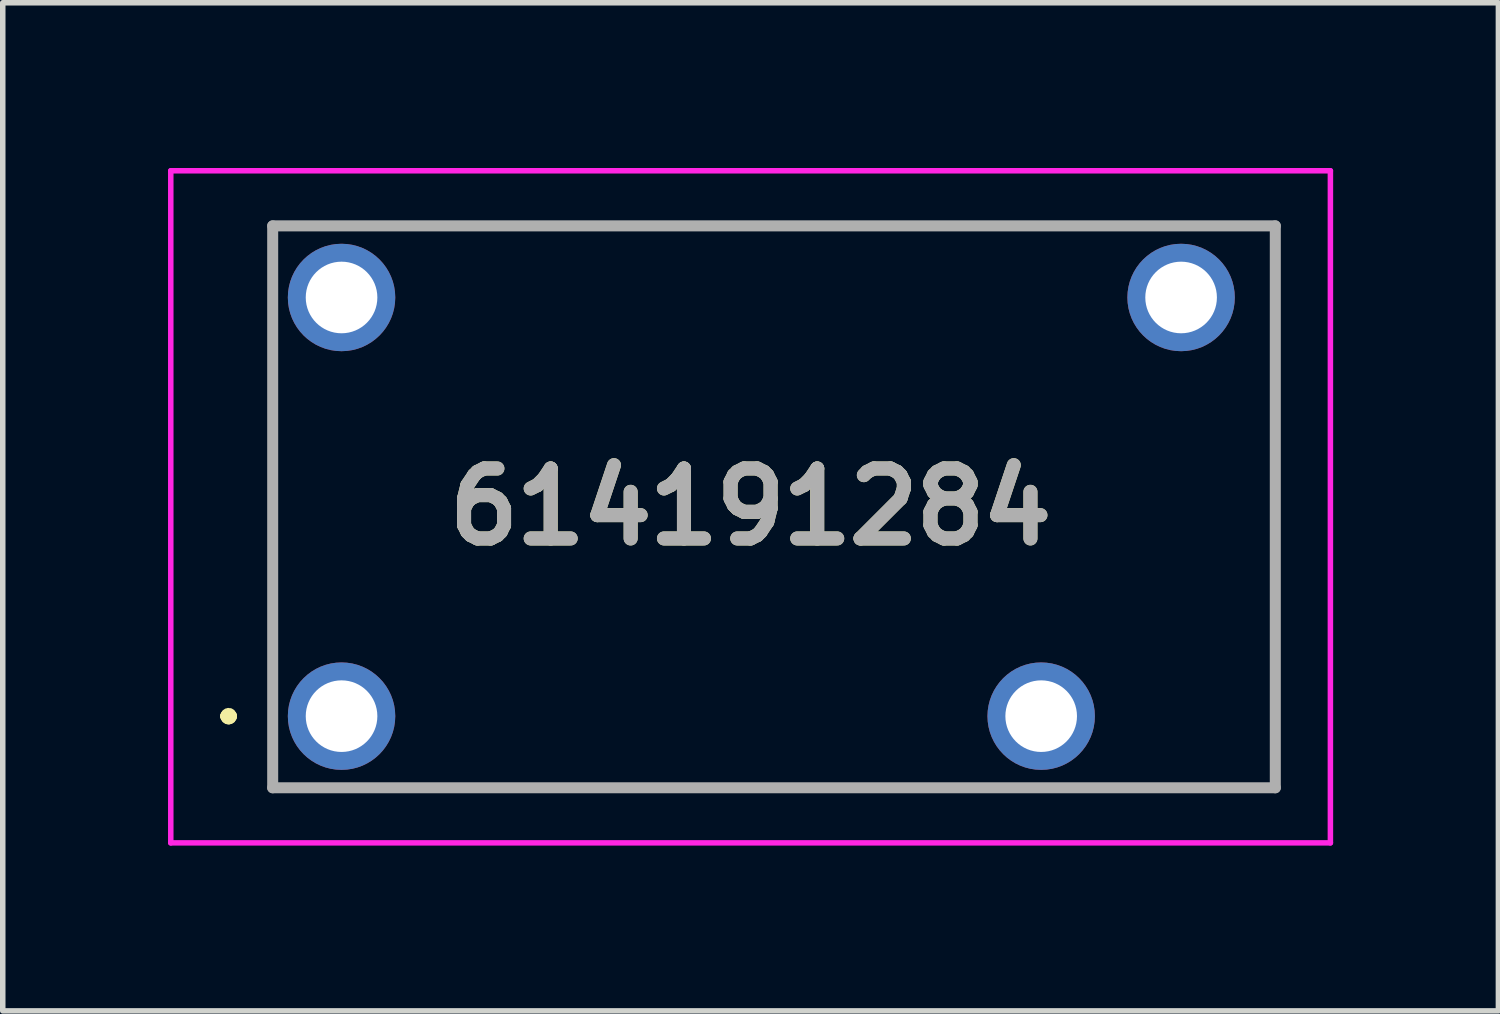
<source format=kicad_pcb>
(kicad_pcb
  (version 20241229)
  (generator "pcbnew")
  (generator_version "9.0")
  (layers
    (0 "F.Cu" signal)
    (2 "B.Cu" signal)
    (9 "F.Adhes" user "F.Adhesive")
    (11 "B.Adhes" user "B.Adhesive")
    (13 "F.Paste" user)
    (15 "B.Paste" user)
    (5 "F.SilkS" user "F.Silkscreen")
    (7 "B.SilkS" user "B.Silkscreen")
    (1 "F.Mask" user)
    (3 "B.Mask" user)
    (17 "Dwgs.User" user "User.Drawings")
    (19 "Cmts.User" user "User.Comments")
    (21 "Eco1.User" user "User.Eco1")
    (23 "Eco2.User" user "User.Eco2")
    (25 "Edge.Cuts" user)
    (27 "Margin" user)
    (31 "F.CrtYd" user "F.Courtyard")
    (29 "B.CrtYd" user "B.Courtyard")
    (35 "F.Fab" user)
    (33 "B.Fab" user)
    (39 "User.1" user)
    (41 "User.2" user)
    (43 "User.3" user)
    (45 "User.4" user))
  (footprint "614191284"
    (layer "F.Cu")
    (at 3.15 9.95)
    (property "Reference" "614191284" (at 7.425 -3.8 0) (layer "F.SilkS") (effects (font (size 1.27 1.27) (thickness 0.254))))
    (attr through_hole)
    (fp_line (start -2.1 0) (end -2.1 0) (stroke (width 0.2) (type solid)) (layer "F.SilkS"))
    (fp_line (start -2.1 0) (end -2.1 0) (stroke (width 0.2) (type solid)) (layer "F.SilkS"))
    (fp_line (start -2 0) (end -2 0) (stroke (width 0.2) (type solid)) (layer "F.SilkS"))
    (fp_line (start -1.25 -8.9) (end -1.25 1.3) (stroke (width 0.1) (type solid)) (layer "F.SilkS"))
    (fp_line (start -1.25 1.3) (end 16.95 1.3) (stroke (width 0.1) (type solid)) (layer "F.SilkS"))
    (fp_line (start 16.95 -8.9) (end -1.25 -8.9) (stroke (width 0.1) (type solid)) (layer "F.SilkS"))
    (fp_line (start 16.95 1.3) (end 16.95 -8.9) (stroke (width 0.1) (type solid)) (layer "F.SilkS"))
    (fp_arc (start -2.1 0) (mid -2.05 -0.05) (end -2 0) (stroke (width 0.2) (type solid)) (layer "F.SilkS"))
    (fp_arc (start -2 0) (mid -2.05 0.05) (end -2.1 0) (stroke (width 0.2) (type solid)) (layer "F.SilkS"))
    (fp_arc (start -2 0) (mid -2.05 0.05) (end -2.1 0) (stroke (width 0.2) (type solid)) (layer "F.SilkS"))
    (fp_line (start -3.1 -9.9) (end -3.1 2.3) (stroke (width 0.1) (type solid)) (layer "F.CrtYd"))
    (fp_line (start -3.1 2.3) (end 17.95 2.3) (stroke (width 0.1) (type solid)) (layer "F.CrtYd"))
    (fp_line (start 17.95 -9.9) (end -3.1 -9.9) (stroke (width 0.1) (type solid)) (layer "F.CrtYd"))
    (fp_line (start 17.95 2.3) (end 17.95 -9.9) (stroke (width 0.1) (type solid)) (layer "F.CrtYd"))
    (fp_line (start -1.25 -8.9) (end 16.95 -8.9) (stroke (width 0.2) (type solid)) (layer "F.Fab"))
    (fp_line (start -1.25 1.3) (end -1.25 -8.9) (stroke (width 0.2) (type solid)) (layer "F.Fab"))
    (fp_line (start 16.95 -8.9) (end 16.95 1.3) (stroke (width 0.2) (type solid)) (layer "F.Fab"))
    (fp_line (start 16.95 1.3) (end -1.25 1.3) (stroke (width 0.2) (type solid)) (layer "F.Fab"))
    (fp_text user "${REFERENCE}" (at 7.425 -3.8 0) (layer "F.Fab") (effects (font (size 1.27 1.27) (thickness 0.254))))
    (pad "1" thru_hole circle (at 0 0) (size 1.95 1.95) (drill 1.3) (layers "*.Cu" "*.Mask"))
    (pad "2" thru_hole circle (at 12.7 0) (size 1.95 1.95) (drill 1.3) (layers "*.Cu" "*.Mask"))
    (pad "3" thru_hole circle (at 15.24 -7.6) (size 1.95 1.95) (drill 1.3) (layers "*.Cu" "*.Mask"))
    (pad "4" thru_hole circle (at 0 -7.6) (size 1.95 1.95) (drill 1.3) (layers "*.Cu" "*.Mask")))
  (gr_rect
    (start -3 -3)
    (end 24.15 15.3)
    (stroke (width 0.1) (type default))
    (fill no)
    (layer "Edge.Cuts")))
</source>
